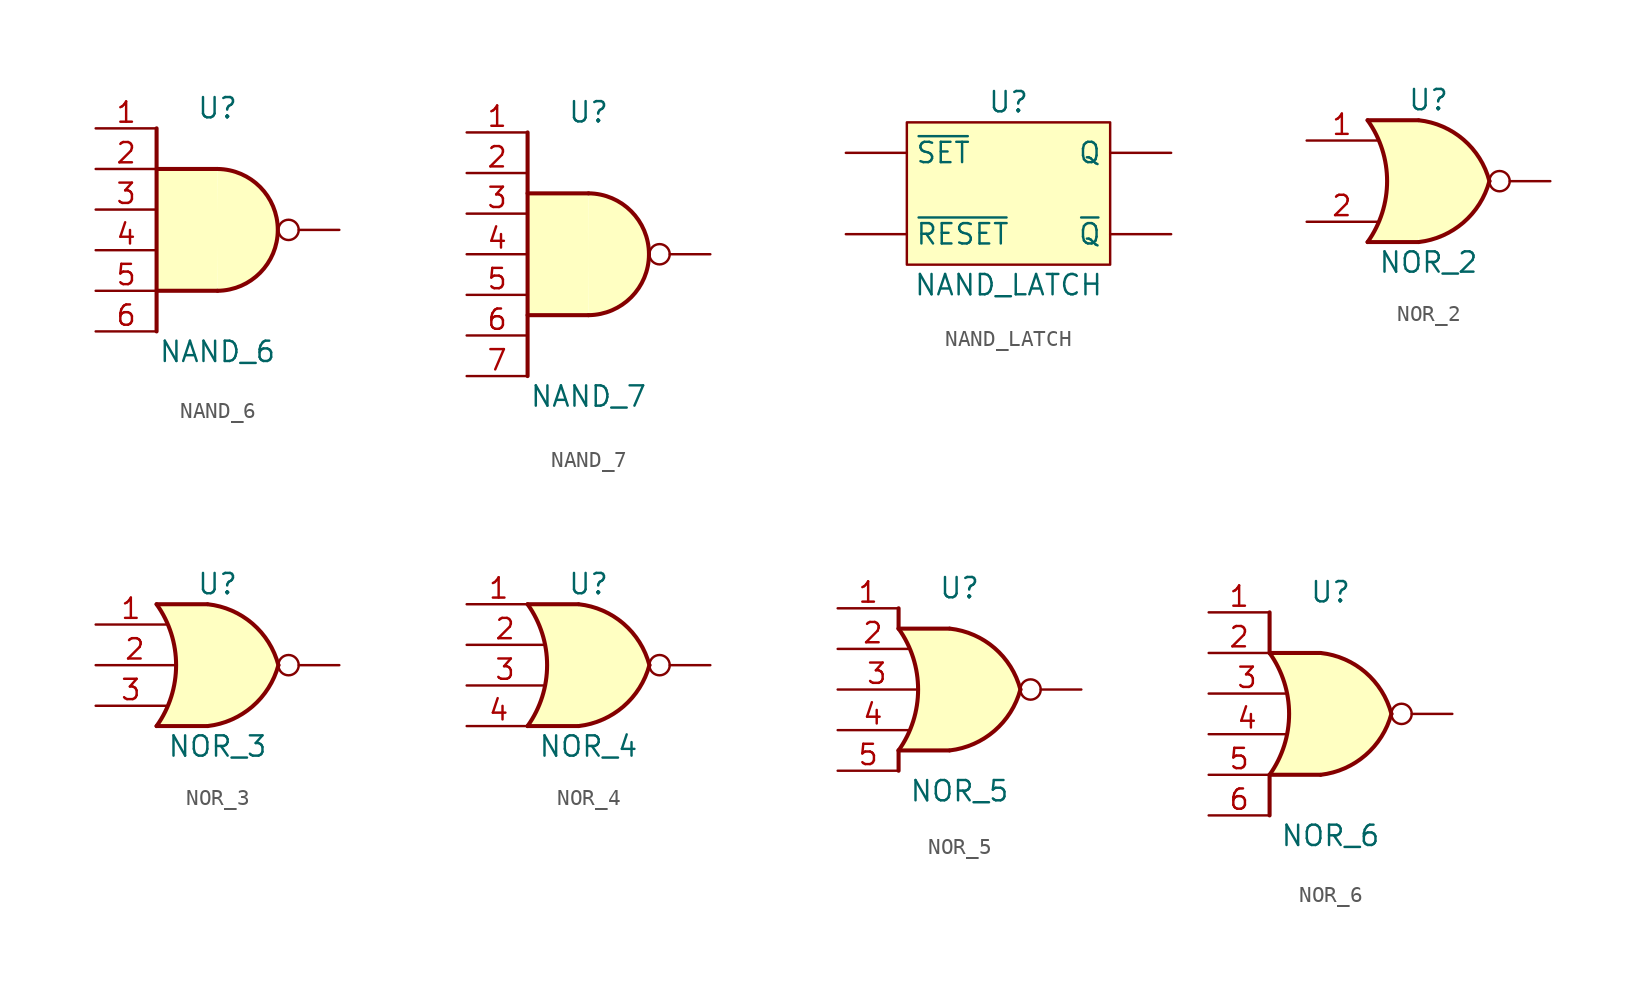
<source format=kicad_sym>
(kicad_symbol_lib
  (version 20211014)
  (generator kicad_symbol_editor)
  (symbol "NAND_6"
    (pin_names hide)
    (property "Reference" "U"
      (at 0 7.62 0)
      (effects (font (size 1.27 1.27))))
    (property "Value" "NAND_6"
      (at 0 -7.62 0)
      (effects (font (size 1.27 1.27))))
    (symbol "NAND_6_1_1"
      (arc (start 0 -3.81) (mid 3.7712 0) (end 0 3.81) (stroke (width 0.254) (type default) (color 0 0 0 0)) (fill (type background)))
      (polyline (pts (xy -3.81 -3.81) (xy -3.81 -6.35)) (stroke (width 0.254) (type default) (color 0 0 0 0)) (fill (type background)))
      (polyline (pts (xy -3.81 6.35) (xy -3.81 3.81)) (stroke (width 0.254) (type default) (color 0 0 0 0)) (fill (type background)))
      (polyline (pts (xy 0 3.81) (xy -3.81 3.81) (xy -3.81 -3.81) (xy 0 -3.81)) (stroke (width 0.254) (type default) (color 0 0 0 0)) (fill (type background)))
      (pin input line (at -7.62 6.35 0) (length 3.81) (name "~" (effects (font (size 1.27 1.27)))) (number "1" (effects (font (size 1.27 1.27)))))
      (pin input line (at -7.62 3.81 0) (length 3.81) (name "~" (effects (font (size 1.27 1.27)))) (number "2" (effects (font (size 1.27 1.27)))))
      (pin input line (at -7.62 1.27 0) (length 3.81) (name "~" (effects (font (size 1.27 1.27)))) (number "3" (effects (font (size 1.27 1.27)))))
      (pin input line (at -7.62 -1.27 0) (length 3.81) (name "~" (effects (font (size 1.27 1.27)))) (number "4" (effects (font (size 1.27 1.27)))))
      (pin input line (at -7.62 -3.81 0) (length 3.81) (name "~" (effects (font (size 1.27 1.27)))) (number "5" (effects (font (size 1.27 1.27)))))
      (pin input line (at -7.62 -6.35 0) (length 3.81) (name "~" (effects (font (size 1.27 1.27)))) (number "6" (effects (font (size 1.27 1.27)))))
      (pin output inverted (at 7.62 0 180) (length 3.81) (name "~" (effects (font (size 1.27 1.27)))) (number "7" (effects (font (size 0 0)))))))
  (symbol "NAND_7"
    (pin_names hide)
    (property "Reference" "U"
      (at 0 8.89 0)
      (effects (font (size 1.27 1.27))))
    (property "Value" "NAND_7"
      (at 0 -8.89 0)
      (effects (font (size 1.27 1.27))))
    (symbol "NAND_7_1_1"
      (arc (start 0 -3.81) (mid 3.7825 0) (end 0 3.81) (stroke (width 0.254) (type default) (color 0 0 0 0)) (fill (type background)))
      (polyline (pts (xy -3.81 -3.81) (xy -3.81 -7.62)) (stroke (width 0.254) (type default) (color 0 0 0 0)) (fill (type background)))
      (polyline (pts (xy -3.81 7.62) (xy -3.81 3.81)) (stroke (width 0.254) (type default) (color 0 0 0 0)) (fill (type background)))
      (polyline (pts (xy 0 3.81) (xy -3.81 3.81) (xy -3.81 -3.81) (xy 0 -3.81)) (stroke (width 0.254) (type default) (color 0 0 0 0)) (fill (type background)))
      (pin input line (at -7.62 7.62 0) (length 3.81) (name "~" (effects (font (size 1.27 1.27)))) (number "1" (effects (font (size 1.27 1.27)))))
      (pin input line (at -7.62 5.08 0) (length 3.81) (name "~" (effects (font (size 1.27 1.27)))) (number "2" (effects (font (size 1.27 1.27)))))
      (pin input line (at -7.62 2.54 0) (length 3.81) (name "~" (effects (font (size 1.27 1.27)))) (number "3" (effects (font (size 1.27 1.27)))))
      (pin input line (at -7.62 0 0) (length 3.81) (name "~" (effects (font (size 1.27 1.27)))) (number "4" (effects (font (size 1.27 1.27)))))
      (pin input line (at -7.62 -2.54 0) (length 3.81) (name "~" (effects (font (size 1.27 1.27)))) (number "5" (effects (font (size 1.27 1.27)))))
      (pin input line (at -7.62 -5.08 0) (length 3.81) (name "~" (effects (font (size 1.27 1.27)))) (number "6" (effects (font (size 1.27 1.27)))))
      (pin input line (at -7.62 -7.62 0) (length 3.81) (name "~" (effects (font (size 1.27 1.27)))) (number "7" (effects (font (size 1.27 1.27)))))
      (pin output inverted (at 7.62 0 180) (length 3.81) (name "~" (effects (font (size 1.27 1.27)))) (number "8" (effects (font (size 0 0)))))))
  (symbol "NAND_LATCH"
    (pin_numbers hide)
    (property "Reference" "U"
      (at 0 5.715 0)
      (effects (font (size 1.27 1.27))))
    (property "Value" "NAND_LATCH"
      (at 0 -5.715 0)
      (effects (font (size 1.27 1.27))))
    (symbol "NAND_LATCH_0_1"
      (rectangle (start -6.35 4.445) (end 6.35 -4.445) (stroke (width 0) (type default) (color 0 0 0 0)) (fill (type background))))
    (symbol "NAND_LATCH_1_1"
      (pin input line (at -10.16 -2.54 0) (length 3.81) (name "~{RESET}" (effects (font (size 1.27 1.27)))) (number "1" (effects (font (size 1.27 1.27)))))
      (pin output line (at 10.16 -2.54 180) (length 3.81) (name "~{Q}" (effects (font (size 1.27 1.27)))) (number "2" (effects (font (size 1.27 1.27)))))
      (pin output line (at 10.16 2.54 180) (length 3.81) (name "Q" (effects (font (size 1.27 1.27)))) (number "3" (effects (font (size 1.27 1.27)))))
      (pin input line (at -10.16 2.54 0) (length 3.81) (name "~{SET}" (effects (font (size 1.27 1.27)))) (number "4" (effects (font (size 1.27 1.27)))))))
  (symbol "NOR_2"
    (pin_names hide)
    (property "Reference" "U"
      (at 0 5.08 0)
      (effects (font (size 1.27 1.27))))
    (property "Value" "NOR_2"
      (at 0 -5.08 0)
      (effects (font (size 1.27 1.27))))
    (symbol "NOR_2_1_1"
      (arc (start -3.8102 -3.81) (mid -2.5892 0) (end -3.8102 3.81) (stroke (width 0.254) (type default) (color 0 0 0 0)) (fill (type none)))
      (arc (start -0.6098 -3.81) (mid 2.1853 -2.584) (end 3.8098 0) (stroke (width 0.254) (type default) (color 0 0 0 0)) (fill (type background)))
      (polyline (pts (xy -3.81 -3.81) (xy -0.635 -3.81)) (stroke (width 0.254) (type default) (color 0 0 0 0)) (fill (type background)))
      (polyline (pts (xy -3.81 3.81) (xy -0.635 3.81)) (stroke (width 0.254) (type default) (color 0 0 0 0)) (fill (type background)))
      (polyline (pts (xy -0.635 3.81) (xy -3.81 3.81) (xy -3.81 3.81) (xy -3.556 3.404) (xy -3.023 2.261) (xy -2.693 1.041) (xy -2.616 -0.254) (xy -2.769 -1.499) (xy -3.175 -2.718) (xy -3.81 -3.81) (xy -3.81 -3.81) (xy -0.635 -3.81)) (stroke (width -25.4) (type default) (color 0 0 0 0)) (fill (type background)))
      (arc (start 3.8098 0) (mid 2.1926 2.5925) (end -0.6098 3.81) (stroke (width 0.254) (type default) (color 0 0 0 0)) (fill (type background)))
      (pin input line (at -7.62 2.54 0) (length 4.4) (name "~" (effects (font (size 1.27 1.27)))) (number "1" (effects (font (size 1.27 1.27)))))
      (pin input line (at -7.62 -2.54 0) (length 4.4) (name "~" (effects (font (size 1.27 1.27)))) (number "2" (effects (font (size 1.27 1.27)))))
      (pin output inverted (at 7.62 0 180) (length 3.81) (name "~" (effects (font (size 1.27 1.27)))) (number "3" (effects (font (size 0 0)))))))
  (symbol "NOR_3"
    (pin_names hide)
    (property "Reference" "U"
      (at 0 5.08 0)
      (effects (font (size 1.27 1.27))))
    (property "Value" "NOR_3"
      (at 0 -5.08 0)
      (effects (font (size 1.27 1.27))))
    (symbol "NOR_3_1_1"
      (arc (start -3.8102 -3.81) (mid -2.5892 0) (end -3.8102 3.81) (stroke (width 0.254) (type default) (color 0 0 0 0)) (fill (type none)))
      (arc (start -0.6098 -3.81) (mid 2.1853 -2.584) (end 3.8098 0) (stroke (width 0.254) (type default) (color 0 0 0 0)) (fill (type background)))
      (polyline (pts (xy -3.81 -3.81) (xy -0.635 -3.81)) (stroke (width 0.254) (type default) (color 0 0 0 0)) (fill (type background)))
      (polyline (pts (xy -3.81 3.81) (xy -0.635 3.81)) (stroke (width 0.254) (type default) (color 0 0 0 0)) (fill (type background)))
      (polyline (pts (xy -0.635 3.81) (xy -3.81 3.81) (xy -3.81 3.81) (xy -3.556 3.404) (xy -3.023 2.261) (xy -2.693 1.041) (xy -2.616 -0.254) (xy -2.769 -1.499) (xy -3.175 -2.718) (xy -3.81 -3.81) (xy -3.81 -3.81) (xy -0.635 -3.81)) (stroke (width -25.4) (type default) (color 0 0 0 0)) (fill (type background)))
      (arc (start 3.8098 0) (mid 2.1926 2.5925) (end -0.6098 3.81) (stroke (width 0.254) (type default) (color 0 0 0 0)) (fill (type background)))
      (pin input line (at -7.62 2.54 0) (length 4.4) (name "~" (effects (font (size 1.27 1.27)))) (number "1" (effects (font (size 1.27 1.27)))))
      (pin input line (at -7.62 0 0) (length 4.9) (name "~" (effects (font (size 1.27 1.27)))) (number "2" (effects (font (size 1.27 1.27)))))
      (pin input line (at -7.62 -2.54 0) (length 4.4) (name "~" (effects (font (size 1.27 1.27)))) (number "3" (effects (font (size 1.27 1.27)))))
      (pin output inverted (at 7.62 0 180) (length 3.81) (name "~" (effects (font (size 1.27 1.27)))) (number "4" (effects (font (size 0 0)))))))
  (symbol "NOR_4"
    (pin_names hide)
    (property "Reference" "U"
      (at 0 5.08 0)
      (effects (font (size 1.27 1.27))))
    (property "Value" "NOR_4"
      (at 0 -5.08 0)
      (effects (font (size 1.27 1.27))))
    (symbol "NOR_4_1_1"
      (arc (start -3.8102 -3.81) (mid -2.5892 0) (end -3.8102 3.81) (stroke (width 0.254) (type default) (color 0 0 0 0)) (fill (type none)))
      (arc (start -0.6098 -3.81) (mid 2.1853 -2.584) (end 3.8098 0) (stroke (width 0.254) (type default) (color 0 0 0 0)) (fill (type background)))
      (polyline (pts (xy -3.81 -3.81) (xy -0.635 -3.81)) (stroke (width 0.254) (type default) (color 0 0 0 0)) (fill (type background)))
      (polyline (pts (xy -3.81 3.81) (xy -0.635 3.81)) (stroke (width 0.254) (type default) (color 0 0 0 0)) (fill (type background)))
      (polyline (pts (xy -0.635 3.81) (xy -3.81 3.81) (xy -3.81 3.81) (xy -3.556 3.404) (xy -3.023 2.261) (xy -2.693 1.041) (xy -2.616 -0.254) (xy -2.769 -1.499) (xy -3.175 -2.718) (xy -3.81 -3.81) (xy -3.81 -3.81) (xy -0.635 -3.81)) (stroke (width -25.4) (type default) (color 0 0 0 0)) (fill (type background)))
      (arc (start 3.8098 0) (mid 2.1926 2.5925) (end -0.6098 3.81) (stroke (width 0.254) (type default) (color 0 0 0 0)) (fill (type background)))
      (pin input line (at -7.62 3.81 0) (length 4) (name "~" (effects (font (size 1.27 1.27)))) (number "1" (effects (font (size 1.27 1.27)))))
      (pin input line (at -7.62 1.27 0) (length 4.8) (name "~" (effects (font (size 1.27 1.27)))) (number "2" (effects (font (size 1.27 1.27)))))
      (pin input line (at -7.62 -1.27 0) (length 4.8) (name "~" (effects (font (size 1.27 1.27)))) (number "3" (effects (font (size 1.27 1.27)))))
      (pin input line (at -7.62 -3.81 0) (length 4) (name "~" (effects (font (size 1.27 1.27)))) (number "4" (effects (font (size 1.27 1.27)))))
      (pin output inverted (at 7.62 0 180) (length 3.81) (name "~" (effects (font (size 1.27 1.27)))) (number "5" (effects (font (size 0 0)))))))
  (symbol "NOR_5"
    (pin_names hide)
    (property "Reference" "U"
      (at 0 6.35 0)
      (effects (font (size 1.27 1.27))))
    (property "Value" "NOR_5"
      (at 0 -6.35 0)
      (effects (font (size 1.27 1.27))))
    (symbol "NOR_5_1_1"
      (arc (start -3.8102 -3.81) (mid -2.5892 0) (end -3.8102 3.81) (stroke (width 0.254) (type default) (color 0 0 0 0)) (fill (type none)))
      (arc (start -0.6098 -3.81) (mid 2.1853 -2.584) (end 3.8098 0) (stroke (width 0.254) (type default) (color 0 0 0 0)) (fill (type background)))
      (polyline (pts (xy -3.81 -3.81) (xy -3.81 -5.08)) (stroke (width 0.254) (type default) (color 0 0 0 0)) (fill (type background)))
      (polyline (pts (xy -3.81 -3.81) (xy -0.635 -3.81)) (stroke (width 0.254) (type default) (color 0 0 0 0)) (fill (type background)))
      (polyline (pts (xy -3.81 3.81) (xy -0.635 3.81)) (stroke (width 0.254) (type default) (color 0 0 0 0)) (fill (type background)))
      (polyline (pts (xy -3.81 5.08) (xy -3.81 3.81)) (stroke (width 0.254) (type default) (color 0 0 0 0)) (fill (type background)))
      (polyline (pts (xy -0.635 3.81) (xy -3.81 3.81) (xy -3.81 3.81) (xy -3.556 3.404) (xy -3.023 2.261) (xy -2.693 1.041) (xy -2.616 -0.254) (xy -2.769 -1.499) (xy -3.175 -2.718) (xy -3.81 -3.81) (xy -3.81 -3.81) (xy -0.635 -3.81)) (stroke (width -25.4) (type default) (color 0 0 0 0)) (fill (type background)))
      (arc (start 3.8098 0) (mid 2.1926 2.5925) (end -0.6098 3.81) (stroke (width 0.254) (type default) (color 0 0 0 0)) (fill (type background)))
      (pin input line (at -7.62 5.08 0) (length 3.81) (name "~" (effects (font (size 1.27 1.27)))) (number "1" (effects (font (size 1.27 1.27)))))
      (pin input line (at -7.62 2.54 0) (length 4.4) (name "~" (effects (font (size 1.27 1.27)))) (number "2" (effects (font (size 1.27 1.27)))))
      (pin input line (at -7.62 0 0) (length 4.9) (name "~" (effects (font (size 1.27 1.27)))) (number "3" (effects (font (size 1.27 1.27)))))
      (pin input line (at -7.62 -2.54 0) (length 4.4) (name "~" (effects (font (size 1.27 1.27)))) (number "4" (effects (font (size 1.27 1.27)))))
      (pin input line (at -7.62 -5.08 0) (length 3.81) (name "~" (effects (font (size 1.27 1.27)))) (number "5" (effects (font (size 1.27 1.27)))))
      (pin output inverted (at 7.62 0 180) (length 3.81) (name "~" (effects (font (size 1.27 1.27)))) (number "6" (effects (font (size 0 0)))))))
  (symbol "NOR_6"
    (pin_names hide)
    (property "Reference" "U"
      (at 0 7.62 0)
      (effects (font (size 1.27 1.27))))
    (property "Value" "NOR_6"
      (at 0 -7.62 0)
      (effects (font (size 1.27 1.27))))
    (symbol "NOR_6_1_1"
      (arc (start -3.8102 -3.81) (mid -2.5892 0) (end -3.8102 3.81) (stroke (width 0.254) (type default) (color 0 0 0 0)) (fill (type none)))
      (arc (start -0.6098 -3.81) (mid 2.1853 -2.584) (end 3.8098 0) (stroke (width 0.254) (type default) (color 0 0 0 0)) (fill (type background)))
      (polyline (pts (xy -3.81 -3.81) (xy -3.81 -6.35)) (stroke (width 0.254) (type default) (color 0 0 0 0)) (fill (type background)))
      (polyline (pts (xy -3.81 -3.81) (xy -0.635 -3.81)) (stroke (width 0.254) (type default) (color 0 0 0 0)) (fill (type background)))
      (polyline (pts (xy -3.81 3.81) (xy -0.635 3.81)) (stroke (width 0.254) (type default) (color 0 0 0 0)) (fill (type background)))
      (polyline (pts (xy -3.81 6.35) (xy -3.81 3.81)) (stroke (width 0.254) (type default) (color 0 0 0 0)) (fill (type background)))
      (polyline (pts (xy -0.635 3.81) (xy -3.81 3.81) (xy -3.81 3.81) (xy -3.556 3.404) (xy -3.023 2.261) (xy -2.693 1.041) (xy -2.616 -0.254) (xy -2.769 -1.499) (xy -3.175 -2.718) (xy -3.81 -3.81) (xy -3.81 -3.81) (xy -0.635 -3.81)) (stroke (width -25.4) (type default) (color 0 0 0 0)) (fill (type background)))
      (arc (start 3.8098 0) (mid 2.1926 2.5925) (end -0.6098 3.81) (stroke (width 0.254) (type default) (color 0 0 0 0)) (fill (type background)))
      (pin input line (at -7.62 6.35 0) (length 3.81) (name "~" (effects (font (size 1.27 1.27)))) (number "1" (effects (font (size 1.27 1.27)))))
      (pin input line (at -7.62 3.81 0) (length 3.81) (name "~" (effects (font (size 1.27 1.27)))) (number "2" (effects (font (size 1.27 1.27)))))
      (pin input line (at -7.62 1.27 0) (length 4.8) (name "~" (effects (font (size 1.27 1.27)))) (number "3" (effects (font (size 1.27 1.27)))))
      (pin input line (at -7.62 -1.27 0) (length 4.8) (name "~" (effects (font (size 1.27 1.27)))) (number "4" (effects (font (size 1.27 1.27)))))
      (pin input line (at -7.62 -3.81 0) (length 3.81) (name "~" (effects (font (size 1.27 1.27)))) (number "5" (effects (font (size 1.27 1.27)))))
      (pin input line (at -7.62 -6.35 0) (length 3.81) (name "~" (effects (font (size 1.27 1.27)))) (number "6" (effects (font (size 1.27 1.27)))))
      (pin output inverted (at 7.62 0 180) (length 3.81) (name "~" (effects (font (size 1.27 1.27)))) (number "7" (effects (font (size 0 0))))))))
</source>
